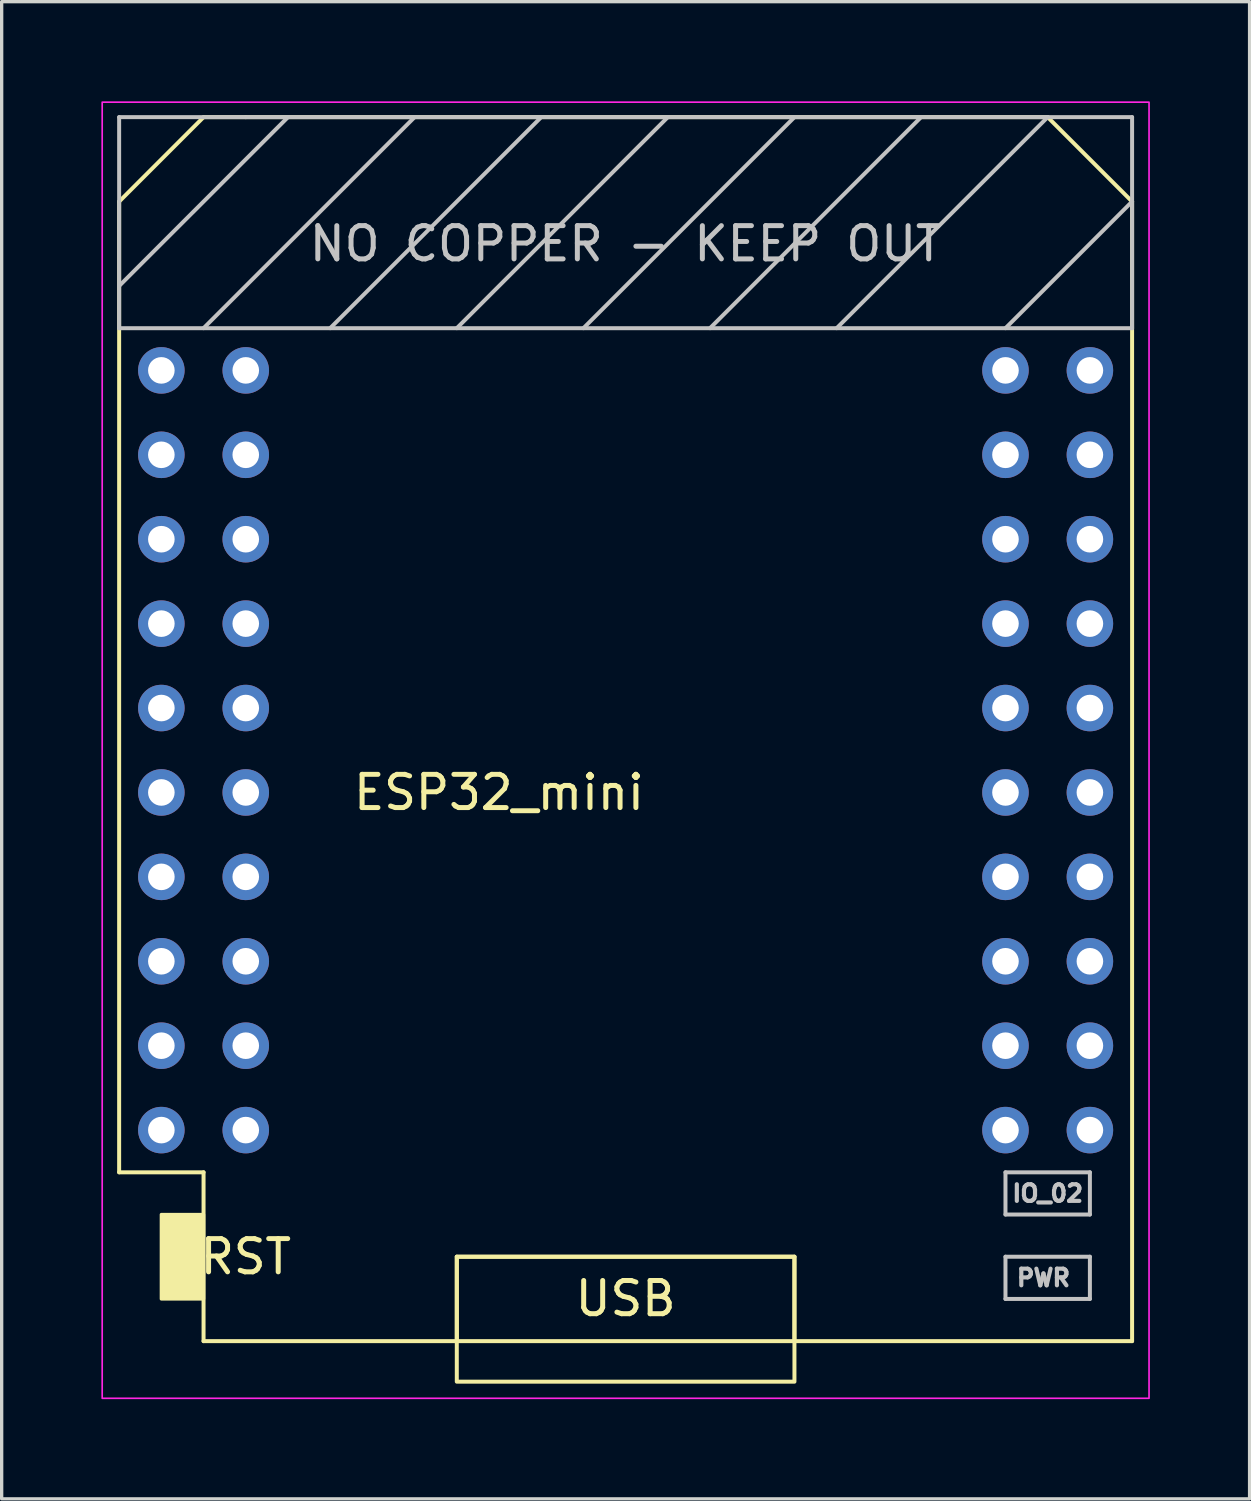
<source format=kicad_pcb>
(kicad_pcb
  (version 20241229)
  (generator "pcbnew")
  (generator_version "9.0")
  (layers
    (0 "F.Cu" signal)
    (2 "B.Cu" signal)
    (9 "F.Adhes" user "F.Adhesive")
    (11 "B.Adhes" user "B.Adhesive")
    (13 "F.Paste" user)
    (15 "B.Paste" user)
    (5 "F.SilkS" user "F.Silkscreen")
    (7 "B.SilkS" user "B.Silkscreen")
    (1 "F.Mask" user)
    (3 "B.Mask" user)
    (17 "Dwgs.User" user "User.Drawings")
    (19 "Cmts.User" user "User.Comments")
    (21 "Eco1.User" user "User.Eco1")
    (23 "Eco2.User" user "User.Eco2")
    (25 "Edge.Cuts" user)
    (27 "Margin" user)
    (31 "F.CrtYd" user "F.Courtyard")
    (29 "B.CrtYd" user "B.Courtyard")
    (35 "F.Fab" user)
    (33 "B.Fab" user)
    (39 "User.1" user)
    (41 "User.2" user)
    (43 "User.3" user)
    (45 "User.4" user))
  (footprint "ESP32_mini"
    (layer "F.Cu")
    (at 15.775 19.525)
    (property "Reference" "ESP32_mini" (at -3.81 1.27 0) (layer "F.SilkS") (effects (font (size 1 1) (thickness 0.15))))
    (attr through_hole)
    (fp_line (start -15.24 -16.51) (end -15.24 12.7) (stroke (width 0.12) (type solid)) (layer "F.SilkS"))
    (fp_line (start -15.24 12.7) (end -12.7 12.7) (stroke (width 0.12) (type solid)) (layer "F.SilkS"))
    (fp_line (start -12.7 -19.05) (end -15.24 -16.51) (stroke (width 0.12) (type solid)) (layer "F.SilkS"))
    (fp_line (start -12.7 -19.05) (end -11.43 -19.05) (stroke (width 0.12) (type solid)) (layer "F.SilkS"))
    (fp_line (start -12.7 12.7) (end -12.7 17.78) (stroke (width 0.12) (type solid)) (layer "F.SilkS"))
    (fp_line (start -12.7 17.78) (end 15.24 17.78) (stroke (width 0.12) (type solid)) (layer "F.SilkS"))
    (fp_line (start -5.08 15.24) (end 5.08 15.24) (stroke (width 0.12) (type solid)) (layer "F.SilkS"))
    (fp_line (start -5.08 17.78) (end -5.08 15.24) (stroke (width 0.12) (type solid)) (layer "F.SilkS"))
    (fp_line (start 5.08 15.24) (end 5.08 17.78) (stroke (width 0.12) (type solid)) (layer "F.SilkS"))
    (fp_line (start 12.7 -19.05) (end -11.43 -19.05) (stroke (width 0.12) (type solid)) (layer "F.SilkS"))
    (fp_line (start 12.7 -19.05) (end 15.24 -16.51) (stroke (width 0.12) (type solid)) (layer "F.SilkS"))
    (fp_line (start 15.24 -16.51) (end 15.24 17.78) (stroke (width 0.12) (type solid)) (layer "F.SilkS"))
    (fp_rect (start -5.08 15.24) (end 5.08 19) (stroke (width 0.12) (type solid)) (fill no) (layer "F.SilkS"))
    (fp_poly (pts (xy -13.97 16.51) (xy -13.97 13.97) (xy -12.7 13.97) (xy -12.7 16.51)) (stroke (width 0.1) (type solid)) (fill yes) (layer "F.SilkS"))
    (fp_line (start -15.24 -19.05) (end -15.24 -12.7) (stroke (width 0.12) (type solid)) (layer "Dwgs.User"))
    (fp_line (start -15.24 -12.7) (end 15.24 -12.7) (stroke (width 0.12) (type solid)) (layer "Dwgs.User"))
    (fp_line (start -10.16 -19.05) (end -15.24 -13.97) (stroke (width 0.12) (type solid)) (layer "Dwgs.User"))
    (fp_line (start -6.35 -19.05) (end -12.7 -12.7) (stroke (width 0.12) (type solid)) (layer "Dwgs.User"))
    (fp_line (start -2.54 -19.05) (end -8.89 -12.7) (stroke (width 0.12) (type solid)) (layer "Dwgs.User"))
    (fp_line (start 1.27 -19.05) (end -5.08 -12.7) (stroke (width 0.12) (type solid)) (layer "Dwgs.User"))
    (fp_line (start 5.08 -19.05) (end -1.27 -12.7) (stroke (width 0.12) (type solid)) (layer "Dwgs.User"))
    (fp_line (start 8.89 -19.05) (end 2.54 -12.7) (stroke (width 0.12) (type solid)) (layer "Dwgs.User"))
    (fp_line (start 11.43 12.7) (end 11.43 13.97) (stroke (width 0.12) (type solid)) (layer "Dwgs.User"))
    (fp_line (start 11.43 13.97) (end 13.97 13.97) (stroke (width 0.12) (type solid)) (layer "Dwgs.User"))
    (fp_line (start 11.43 15.24) (end 13.97 15.24) (stroke (width 0.12) (type solid)) (layer "Dwgs.User"))
    (fp_line (start 11.43 16.51) (end 11.43 15.24) (stroke (width 0.12) (type solid)) (layer "Dwgs.User"))
    (fp_line (start 12.7 -19.05) (end 6.35 -12.7) (stroke (width 0.12) (type solid)) (layer "Dwgs.User"))
    (fp_line (start 13.97 12.7) (end 11.43 12.7) (stroke (width 0.12) (type solid)) (layer "Dwgs.User"))
    (fp_line (start 13.97 13.97) (end 13.97 12.7) (stroke (width 0.12) (type solid)) (layer "Dwgs.User"))
    (fp_line (start 13.97 15.24) (end 13.97 16.51) (stroke (width 0.12) (type solid)) (layer "Dwgs.User"))
    (fp_line (start 13.97 16.51) (end 11.43 16.51) (stroke (width 0.12) (type solid)) (layer "Dwgs.User"))
    (fp_line (start 15.24 -19.05) (end -15.24 -19.05) (stroke (width 0.12) (type solid)) (layer "Dwgs.User"))
    (fp_line (start 15.24 -16.51) (end 11.43 -12.7) (stroke (width 0.12) (type solid)) (layer "Dwgs.User"))
    (fp_line (start 15.24 -12.7) (end 15.24 -19.05) (stroke (width 0.12) (type solid)) (layer "Dwgs.User"))
    (fp_rect (start -15.75 -19.5) (end 15.75 19.5) (stroke (width 0.05) (type solid)) (fill no) (layer "F.CrtYd"))
    (fp_text user "RST" (at -11.43 15.24 0) (layer "F.SilkS") (effects (font (size 1 1) (thickness 0.15))))
    (fp_text user "USB" (at 0 16.5 0) (layer "F.SilkS") (effects (font (size 1 1) (thickness 0.15))))
    (fp_text user "PWR" (at 12.573 15.875 0) (layer "Dwgs.User") (effects (font (size 0.5 0.5) (thickness 0.125))))
    (fp_text user "NO COPPER - KEEP OUT" (at 0 -15.24 0) (layer "Dwgs.User") (effects (font (size 1 1) (thickness 0.15))))
    (fp_text user "IO_02" (at 12.7 13.335 0) (layer "Dwgs.User") (effects (font (size 0.5 0.5) (thickness 0.125))))
    (pad "1" thru_hole circle (at -13.97 -11.43 270) (size 1.4 1.4) (drill 0.8) (layers "*.Cu" "*.Mask"))
    (pad "2" thru_hole circle (at -11.43 -11.43 270) (size 1.4 1.4) (drill 0.8) (layers "*.Cu" "*.Mask"))
    (pad "3" thru_hole circle (at -13.97 -8.89 270) (size 1.4 1.4) (drill 0.8) (layers "*.Cu" "*.Mask"))
    (pad "4" thru_hole circle (at -11.43 -8.89 270) (size 1.4 1.4) (drill 0.8) (layers "*.Cu" "*.Mask"))
    (pad "5" thru_hole circle (at -13.97 -6.35 270) (size 1.4 1.4) (drill 0.8) (layers "*.Cu" "*.Mask"))
    (pad "6" thru_hole circle (at -11.43 -6.35 270) (size 1.4 1.4) (drill 0.8) (layers "*.Cu" "*.Mask"))
    (pad "7" thru_hole circle (at -13.97 -3.81 270) (size 1.4 1.4) (drill 0.8) (layers "*.Cu" "*.Mask"))
    (pad "8" thru_hole circle (at -11.43 -3.81 270) (size 1.4 1.4) (drill 0.8) (layers "*.Cu" "*.Mask"))
    (pad "9" thru_hole circle (at -13.97 -1.27 270) (size 1.4 1.4) (drill 0.8) (layers "*.Cu" "*.Mask"))
    (pad "10" thru_hole circle (at -11.43 -1.27 270) (size 1.4 1.4) (drill 0.8) (layers "*.Cu" "*.Mask"))
    (pad "11" thru_hole circle (at -13.97 1.27 270) (size 1.4 1.4) (drill 0.8) (layers "*.Cu" "*.Mask"))
    (pad "12" thru_hole circle (at -11.43 1.27 270) (size 1.4 1.4) (drill 0.8) (layers "*.Cu" "*.Mask"))
    (pad "13" thru_hole circle (at -13.97 3.81 270) (size 1.4 1.4) (drill 0.8) (layers "*.Cu" "*.Mask"))
    (pad "14" thru_hole circle (at -11.43 3.81 270) (size 1.4 1.4) (drill 0.8) (layers "*.Cu" "*.Mask"))
    (pad "15" thru_hole circle (at -13.97 6.35 270) (size 1.4 1.4) (drill 0.8) (layers "*.Cu" "*.Mask"))
    (pad "16" thru_hole circle (at -11.43 6.35 270) (size 1.4 1.4) (drill 0.8) (layers "*.Cu" "*.Mask"))
    (pad "17" thru_hole circle (at -13.97 8.89 270) (size 1.4 1.4) (drill 0.8) (layers "*.Cu" "*.Mask"))
    (pad "18" thru_hole circle (at -11.43 8.89 270) (size 1.4 1.4) (drill 0.8) (layers "*.Cu" "*.Mask"))
    (pad "19" thru_hole circle (at -13.97 11.43 270) (size 1.4 1.4) (drill 0.8) (layers "*.Cu" "*.Mask"))
    (pad "20" thru_hole circle (at -11.43 11.43 270) (size 1.4 1.4) (drill 0.8) (layers "*.Cu" "*.Mask"))
    (pad "21" thru_hole circle (at 11.43 -11.43 270) (size 1.4 1.4) (drill 0.8) (layers "*.Cu" "*.Mask"))
    (pad "22" thru_hole circle (at 13.97 -11.43 270) (size 1.4 1.4) (drill 0.8) (layers "*.Cu" "*.Mask"))
    (pad "23" thru_hole circle (at 11.43 -8.89 270) (size 1.4 1.4) (drill 0.8) (layers "*.Cu" "*.Mask"))
    (pad "24" thru_hole circle (at 13.97 -8.89 270) (size 1.4 1.4) (drill 0.8) (layers "*.Cu" "*.Mask"))
    (pad "25" thru_hole circle (at 11.43 -6.35 270) (size 1.4 1.4) (drill 0.8) (layers "*.Cu" "*.Mask"))
    (pad "26" thru_hole circle (at 13.97 -6.35 270) (size 1.4 1.4) (drill 0.8) (layers "*.Cu" "*.Mask"))
    (pad "27" thru_hole circle (at 11.43 -3.81 270) (size 1.4 1.4) (drill 0.8) (layers "*.Cu" "*.Mask"))
    (pad "28" thru_hole circle (at 13.97 -3.81 270) (size 1.4 1.4) (drill 0.8) (layers "*.Cu" "*.Mask"))
    (pad "29" thru_hole circle (at 11.43 -1.27 270) (size 1.4 1.4) (drill 0.8) (layers "*.Cu" "*.Mask"))
    (pad "30" thru_hole circle (at 13.97 -1.27 270) (size 1.4 1.4) (drill 0.8) (layers "*.Cu" "*.Mask"))
    (pad "31" thru_hole circle (at 11.43 1.27 270) (size 1.4 1.4) (drill 0.8) (layers "*.Cu" "*.Mask"))
    (pad "32" thru_hole circle (at 13.97 1.27 270) (size 1.4 1.4) (drill 0.8) (layers "*.Cu" "*.Mask"))
    (pad "33" thru_hole circle (at 11.43 3.81 270) (size 1.4 1.4) (drill 0.8) (layers "*.Cu" "*.Mask"))
    (pad "34" thru_hole circle (at 13.97 3.81 270) (size 1.4 1.4) (drill 0.8) (layers "*.Cu" "*.Mask"))
    (pad "35" thru_hole circle (at 11.43 6.35 270) (size 1.4 1.4) (drill 0.8) (layers "*.Cu" "*.Mask"))
    (pad "36" thru_hole circle (at 13.97 6.35 270) (size 1.4 1.4) (drill 0.8) (layers "*.Cu" "*.Mask"))
    (pad "37" thru_hole circle (at 11.43 8.89 270) (size 1.4 1.4) (drill 0.8) (layers "*.Cu" "*.Mask"))
    (pad "38" thru_hole circle (at 13.97 8.89 270) (size 1.4 1.4) (drill 0.8) (layers "*.Cu" "*.Mask"))
    (pad "39" thru_hole circle (at 11.43 11.43 270) (size 1.4 1.4) (drill 0.8) (layers "*.Cu" "*.Mask"))
    (pad "40" thru_hole circle (at 13.97 11.43 270) (size 1.4 1.4) (drill 0.8) (layers "*.Cu" "*.Mask")))
  (gr_rect
    (start -3 -3)
    (end 34.55 42.05)
    (stroke (width 0.1) (type default))
    (fill no)
    (layer "Edge.Cuts")))
</source>
